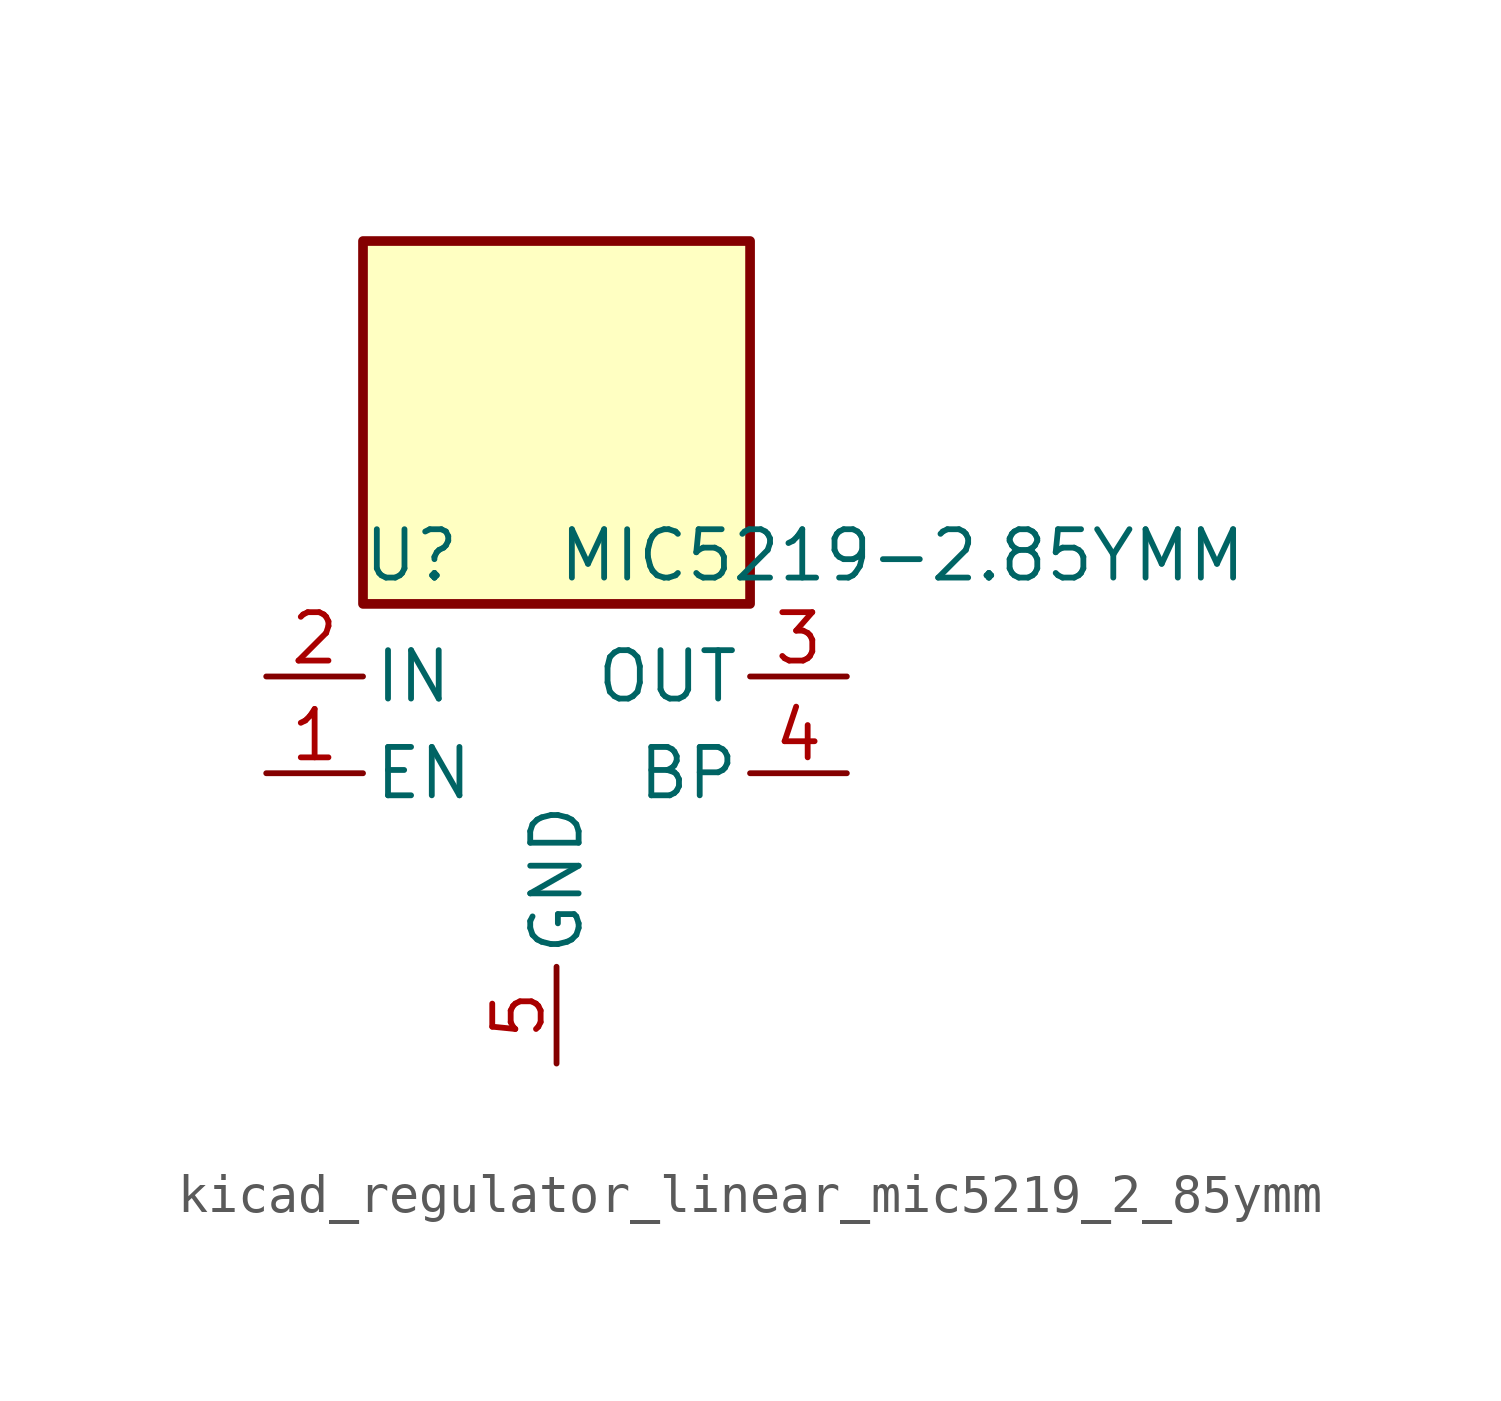
<source format=kicad_sym>
(kicad_symbol_lib
  (version 20220914)
  (generator kicad_symbol_editor)
  (symbol "kicad_regulator_linear_mic5219_2_85ymm"
    (pin_names
      (offset 0.254))
    (property "Reference" "U"
      (at -3.81 5.715 0)
      (effects (font (size 1.27 1.27))))
    (property "Value" "MIC5219-2.85YMM"
      (at 0 5.715 0)
      (effects (font (size 1.27 1.27)) (justify left)))
    (symbol "kicad_regulator_linear_mic5219_2_85ymm_0_1"
      (rectangle (start 5.08 13.97) (end -5.08 4.445) (stroke (width 0.254) (type default)) (fill (type background))))
    (symbol "kicad_regulator_linear_mic5219_2_85ymm_1_1"
      (pin input line (at -7.62 0 0) (length 2.54) (name "EN" (effects (font (size 1.27 1.27)))) (number "1" (effects (font (size 1.27 1.27)))))
      (pin power_in line (at -7.62 2.54 0) (length 2.54) (name "IN" (effects (font (size 1.27 1.27)))) (number "2" (effects (font (size 1.27 1.27)))))
      (pin power_out line (at 7.62 2.54 180) (length 2.54) (name "OUT" (effects (font (size 1.27 1.27)))) (number "3" (effects (font (size 1.27 1.27)))))
      (pin input line (at 7.62 0 180) (length 2.54) (name "BP" (effects (font (size 1.27 1.27)))) (number "4" (effects (font (size 1.27 1.27)))))
      (pin power_in line (at 0 -7.62 90) (length 2.54) (name "GND" (effects (font (size 1.27 1.27)))) (number "5" (effects (font (size 1.27 1.27)))))
      (pin passive line (at 0 -7.62 90) (length 2.54) hide (name "GND" (effects (font (size 1.27 1.27)))) (number "6" (effects (font (size 1.27 1.27)))))
      (pin passive line (at 0 -7.62 90) (length 2.54) hide (name "GND" (effects (font (size 1.27 1.27)))) (number "7" (effects (font (size 1.27 1.27)))))
      (pin passive line (at 0 -7.62 90) (length 2.54) hide (name "GND" (effects (font (size 1.27 1.27)))) (number "8" (effects (font (size 1.27 1.27))))))))
</source>
